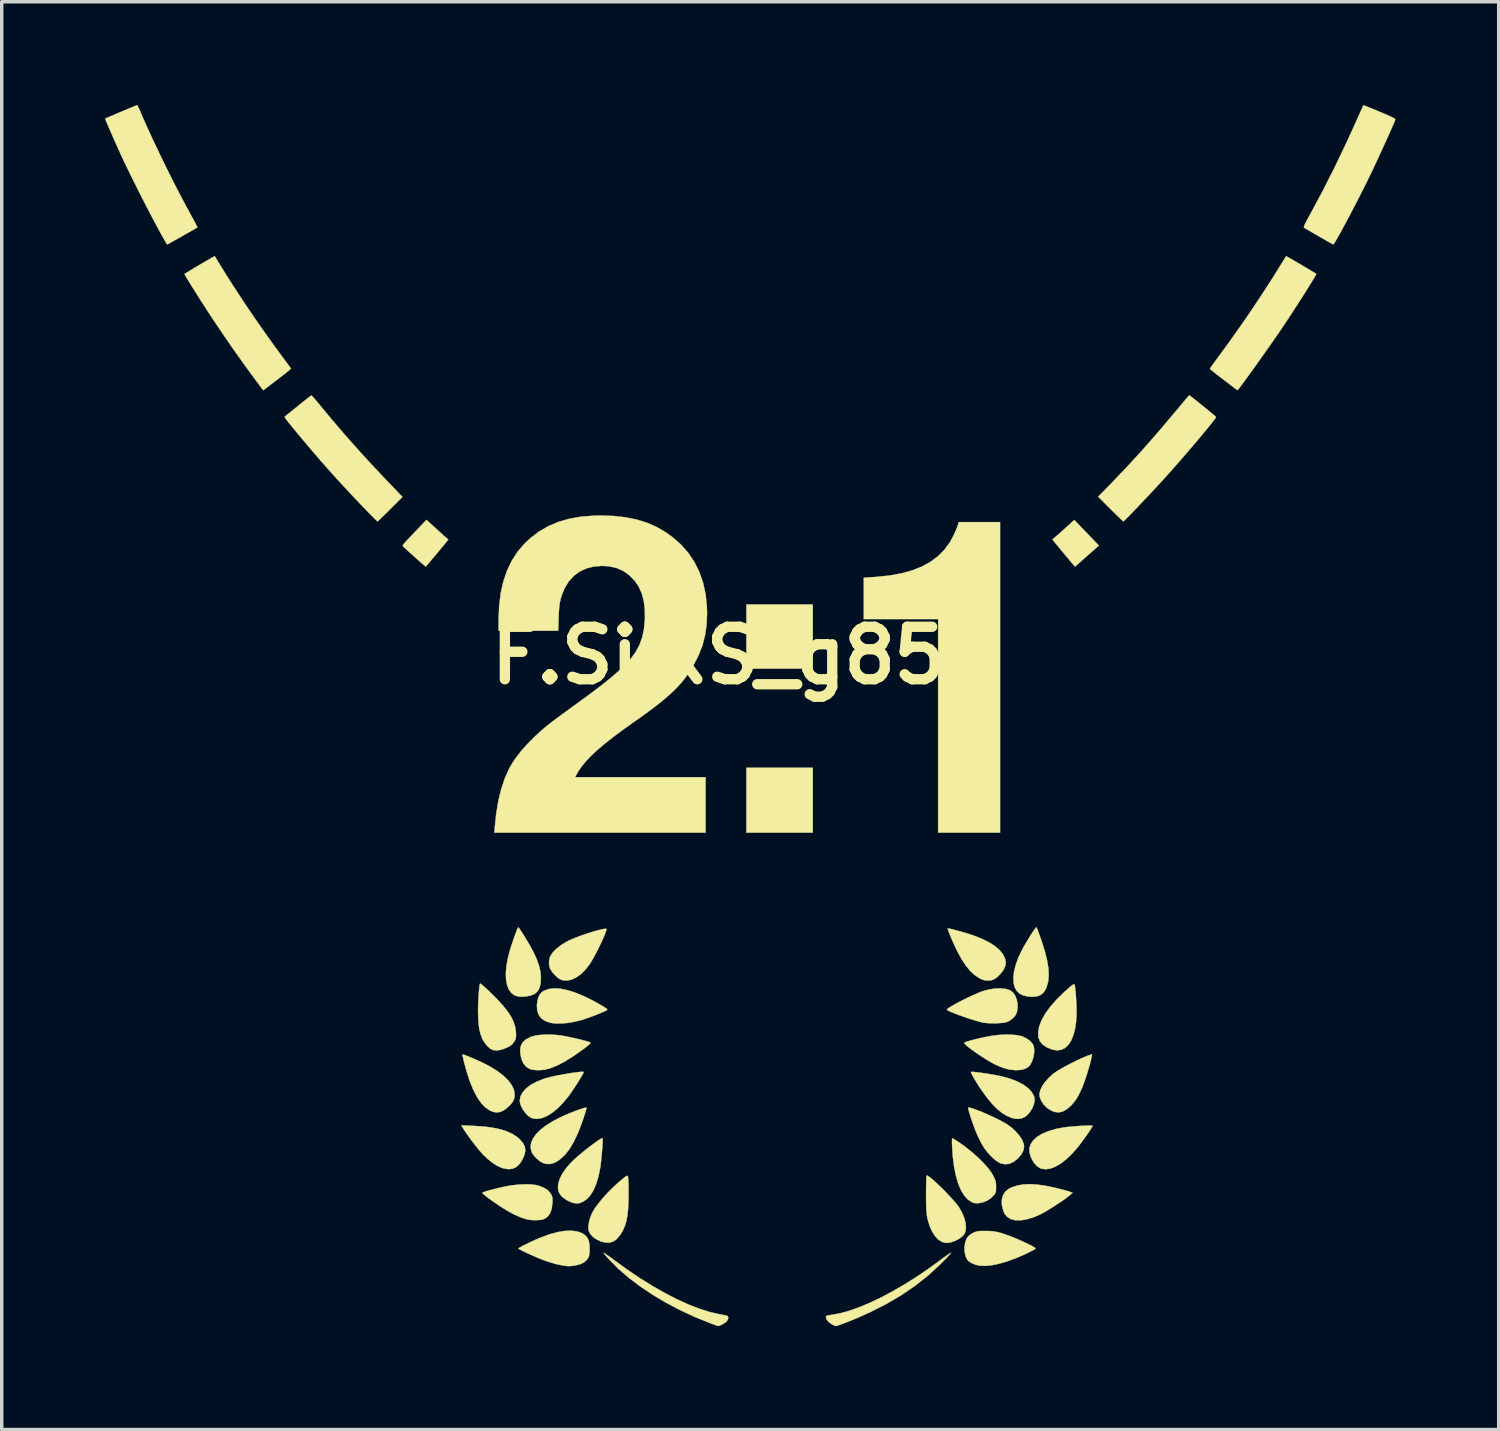
<source format=kicad_pcb>
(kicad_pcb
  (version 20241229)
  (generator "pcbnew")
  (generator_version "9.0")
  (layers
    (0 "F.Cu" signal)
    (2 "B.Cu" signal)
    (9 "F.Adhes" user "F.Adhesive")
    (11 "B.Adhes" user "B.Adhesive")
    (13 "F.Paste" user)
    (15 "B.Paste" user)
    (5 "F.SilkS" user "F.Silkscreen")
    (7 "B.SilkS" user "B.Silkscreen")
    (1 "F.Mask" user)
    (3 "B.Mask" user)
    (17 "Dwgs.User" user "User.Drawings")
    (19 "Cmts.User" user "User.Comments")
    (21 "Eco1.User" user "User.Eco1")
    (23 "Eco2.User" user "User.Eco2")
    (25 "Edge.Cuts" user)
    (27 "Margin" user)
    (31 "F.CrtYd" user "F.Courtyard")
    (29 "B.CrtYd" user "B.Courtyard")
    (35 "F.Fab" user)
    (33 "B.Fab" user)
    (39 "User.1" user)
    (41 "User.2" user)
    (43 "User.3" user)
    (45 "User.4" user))
  (footprint "F.SilkS_g852"
    (layer "F.Cu")
    (at 18.542 15.986)
    (property "Reference" "F.SilkS_g852" (at 0 0 0) (layer "F.SilkS") (effects (font (size 1.524 1.524) (thickness 0.3))))
    (attr through_hole)
    (fp_poly (pts (xy 2.011 0.381) (xy 0.085 0.381) (xy 0.085 -1.482) (xy 2.011 -1.482) (xy 2.011 0.381)) (stroke (width 0.01) (type solid)) (fill yes) (layer "F.SilkS"))
    (fp_poly (pts (xy 2.011 5.144) (xy 0.085 5.144) (xy 0.085 3.26) (xy 2.011 3.26) (xy 2.011 5.144)) (stroke (width 0.01) (type solid)) (fill yes) (layer "F.SilkS"))
    (fp_poly (pts (xy 7.451 5.144) (xy 5.652 5.144) (xy 5.652 -1.058) (xy 3.493 -1.058) (xy 3.493 -2.257) (xy 3.858 -2.283) (xy 4.239 -2.322) (xy 4.585 -2.385) (xy 4.898 -2.471) (xy 5.178 -2.582) (xy 5.426 -2.718) (xy 5.642 -2.878) (xy 5.829 -3.065) (xy 5.986 -3.278) (xy 6.073 -3.431) (xy 6.121 -3.53) (xy 6.166 -3.63) (xy 6.201 -3.716) (xy 6.214 -3.754) (xy 6.252 -3.873) (xy 7.451 -3.873) (xy 7.451 5.144)) (stroke (width 0.01) (type solid)) (fill yes) (layer "F.SilkS"))
    (fp_poly (pts (xy 9.783 -3.751) (xy 9.876 -3.654) (xy 9.983 -3.543) (xy 10.087 -3.435) (xy 10.14 -3.38) (xy 10.319 -3.193) (xy 10.23 -3.115) (xy 10.183 -3.074) (xy 10.113 -3.011) (xy 10.027 -2.935) (xy 9.933 -2.851) (xy 9.886 -2.81) (xy 9.8 -2.733) (xy 9.726 -2.668) (xy 9.668 -2.618) (xy 9.633 -2.589) (xy 9.625 -2.583) (xy 9.611 -2.599) (xy 9.573 -2.643) (xy 9.516 -2.711) (xy 9.444 -2.798) (xy 9.359 -2.899) (xy 9.295 -2.976) (xy 8.97 -3.368) (xy 9.062 -3.446) (xy 9.112 -3.49) (xy 9.185 -3.554) (xy 9.271 -3.631) (xy 9.361 -3.713) (xy 9.38 -3.73) (xy 9.605 -3.936) (xy 9.783 -3.751)) (stroke (width 0.01) (type solid)) (fill yes) (layer "F.SilkS"))
    (fp_poly (pts (xy -7.86 13.659) (xy -7.56 13.678) (xy -7.298 13.71) (xy -7.071 13.757) (xy -6.876 13.818) (xy -6.709 13.895) (xy -6.569 13.988) (xy -6.496 14.052) (xy -6.404 14.159) (xy -6.351 14.265) (xy -6.336 14.375) (xy -6.359 14.496) (xy -6.415 14.628) (xy -6.498 14.761) (xy -6.594 14.852) (xy -6.704 14.905) (xy -6.831 14.918) (xy -6.975 14.894) (xy -7.044 14.871) (xy -7.165 14.813) (xy -7.298 14.726) (xy -7.434 14.617) (xy -7.562 14.496) (xy -7.606 14.447) (xy -7.688 14.351) (xy -7.781 14.235) (xy -7.878 14.11) (xy -7.97 13.985) (xy -8.052 13.87) (xy -8.115 13.776) (xy -8.125 13.76) (xy -8.195 13.646) (xy -7.86 13.659)) (stroke (width 0.01) (type solid)) (fill yes) (layer "F.SilkS"))
    (fp_poly (pts (xy -8.14 11.588) (xy -8.085 11.607) (xy -8.006 11.637) (xy -7.909 11.677) (xy -7.802 11.723) (xy -7.69 11.772) (xy -7.583 11.822) (xy -7.347 11.945) (xy -7.142 12.073) (xy -6.97 12.206) (xy -6.832 12.341) (xy -6.731 12.477) (xy -6.669 12.611) (xy -6.646 12.742) (xy -6.646 12.747) (xy -6.655 12.845) (xy -6.684 12.929) (xy -6.74 13.011) (xy -6.823 13.098) (xy -6.94 13.194) (xy -7.05 13.251) (xy -7.157 13.271) (xy -7.267 13.255) (xy -7.361 13.217) (xy -7.494 13.128) (xy -7.619 12.998) (xy -7.737 12.826) (xy -7.848 12.612) (xy -7.951 12.357) (xy -8.047 12.061) (xy -8.106 11.843) (xy -8.13 11.746) (xy -8.148 11.666) (xy -8.16 11.609) (xy -8.163 11.585) (xy -8.163 11.585) (xy -8.14 11.588)) (stroke (width 0.01) (type solid)) (fill yes) (layer "F.SilkS"))
    (fp_poly (pts (xy 9.611 9.549) (xy 9.611 9.55) (xy 9.621 9.586) (xy 9.631 9.655) (xy 9.641 9.751) (xy 9.651 9.866) (xy 9.66 9.99) (xy 9.666 10.116) (xy 9.671 10.236) (xy 9.673 10.343) (xy 9.673 10.346) (xy 9.662 10.597) (xy 9.633 10.818) (xy 9.586 11.01) (xy 9.522 11.171) (xy 9.441 11.298) (xy 9.346 11.391) (xy 9.237 11.448) (xy 9.114 11.467) (xy 8.98 11.448) (xy 8.964 11.443) (xy 8.807 11.379) (xy 8.688 11.299) (xy 8.607 11.201) (xy 8.563 11.084) (xy 8.556 10.946) (xy 8.583 10.789) (xy 8.649 10.605) (xy 8.755 10.413) (xy 8.9 10.211) (xy 9.085 9.999) (xy 9.311 9.777) (xy 9.396 9.7) (xy 9.487 9.621) (xy 9.551 9.571) (xy 9.591 9.548) (xy 9.611 9.549)) (stroke (width 0.01) (type solid)) (fill yes) (layer "F.SilkS"))
    (fp_poly (pts (xy -8.969 -3.722) (xy -8.879 -3.639) (xy -8.793 -3.561) (xy -8.719 -3.494) (xy -8.665 -3.446) (xy -8.651 -3.435) (xy -8.572 -3.366) (xy -8.895 -2.976) (xy -8.986 -2.867) (xy -9.068 -2.77) (xy -9.136 -2.688) (xy -9.189 -2.628) (xy -9.221 -2.592) (xy -9.229 -2.585) (xy -9.247 -2.598) (xy -9.292 -2.635) (xy -9.358 -2.692) (xy -9.44 -2.765) (xy -9.535 -2.849) (xy -9.546 -2.859) (xy -9.643 -2.946) (xy -9.731 -3.025) (xy -9.804 -3.091) (xy -9.856 -3.139) (xy -9.883 -3.164) (xy -9.884 -3.165) (xy -9.894 -3.183) (xy -9.89 -3.206) (xy -9.865 -3.242) (xy -9.816 -3.297) (xy -9.778 -3.339) (xy -9.711 -3.409) (xy -9.625 -3.499) (xy -9.531 -3.599) (xy -9.439 -3.696) (xy -9.425 -3.711) (xy -9.208 -3.94) (xy -8.969 -3.722)) (stroke (width 0.01) (type solid)) (fill yes) (layer "F.SilkS"))
    (fp_poly (pts (xy -5.315 9.677) (xy -5.106 9.72) (xy -4.874 9.795) (xy -4.621 9.9) (xy -4.349 10.035) (xy -4.108 10.172) (xy -4.028 10.221) (xy -3.98 10.253) (xy -3.959 10.275) (xy -3.96 10.291) (xy -3.971 10.302) (xy -4.009 10.322) (xy -4.078 10.353) (xy -4.171 10.392) (xy -4.278 10.434) (xy -4.392 10.478) (xy -4.504 10.519) (xy -4.606 10.554) (xy -4.69 10.581) (xy -4.695 10.583) (xy -4.902 10.635) (xy -5.106 10.67) (xy -5.299 10.687) (xy -5.472 10.686) (xy -5.615 10.666) (xy -5.76 10.615) (xy -5.871 10.538) (xy -5.948 10.437) (xy -5.991 10.31) (xy -6 10.159) (xy -5.99 10.067) (xy -5.963 9.942) (xy -5.921 9.849) (xy -5.86 9.78) (xy -5.8 9.739) (xy -5.664 9.686) (xy -5.502 9.666) (xy -5.315 9.677)) (stroke (width 0.01) (type solid)) (fill yes) (layer "F.SilkS"))
    (fp_poly (pts (xy 8.534 15.366) (xy 8.772 15.4) (xy 8.876 15.42) (xy 8.997 15.447) (xy 9.126 15.477) (xy 9.251 15.508) (xy 9.364 15.538) (xy 9.452 15.565) (xy 9.493 15.579) (xy 9.557 15.603) (xy 9.472 15.676) (xy 9.387 15.744) (xy 9.274 15.825) (xy 9.143 15.914) (xy 9.004 16.005) (xy 8.865 16.091) (xy 8.737 16.167) (xy 8.629 16.225) (xy 8.604 16.237) (xy 8.408 16.32) (xy 8.222 16.375) (xy 8.052 16.403) (xy 7.901 16.402) (xy 7.775 16.372) (xy 7.758 16.364) (xy 7.655 16.3) (xy 7.583 16.212) (xy 7.546 16.13) (xy 7.505 15.967) (xy 7.499 15.819) (xy 7.53 15.689) (xy 7.595 15.579) (xy 7.694 15.493) (xy 7.77 15.453) (xy 7.936 15.395) (xy 8.115 15.362) (xy 8.312 15.352) (xy 8.534 15.366)) (stroke (width 0.01) (type solid)) (fill yes) (layer "F.SilkS"))
    (fp_poly (pts (xy 6.077 14.023) (xy 6.267 14.144) (xy 6.456 14.28) (xy 6.638 14.426) (xy 6.808 14.577) (xy 6.961 14.728) (xy 7.092 14.873) (xy 7.194 15.009) (xy 7.253 15.109) (xy 7.294 15.195) (xy 7.318 15.262) (xy 7.33 15.327) (xy 7.334 15.405) (xy 7.334 15.434) (xy 7.333 15.519) (xy 7.326 15.576) (xy 7.31 15.619) (xy 7.281 15.661) (xy 7.269 15.676) (xy 7.177 15.766) (xy 7.064 15.836) (xy 6.941 15.884) (xy 6.817 15.907) (xy 6.702 15.901) (xy 6.636 15.879) (xy 6.515 15.799) (xy 6.407 15.68) (xy 6.313 15.523) (xy 6.232 15.329) (xy 6.166 15.101) (xy 6.114 14.838) (xy 6.078 14.542) (xy 6.06 14.291) (xy 6.055 14.175) (xy 6.054 14.096) (xy 6.056 14.048) (xy 6.062 14.025) (xy 6.072 14.021) (xy 6.077 14.023)) (stroke (width 0.01) (type solid)) (fill yes) (layer "F.SilkS"))
    (fp_poly (pts (xy 8.54 7.97) (xy 8.56 8.022) (xy 8.59 8.103) (xy 8.625 8.203) (xy 8.663 8.312) (xy 8.669 8.33) (xy 8.756 8.608) (xy 8.817 8.856) (xy 8.853 9.076) (xy 8.864 9.272) (xy 8.851 9.446) (xy 8.839 9.509) (xy 8.792 9.66) (xy 8.725 9.775) (xy 8.637 9.854) (xy 8.523 9.899) (xy 8.384 9.913) (xy 8.276 9.905) (xy 8.142 9.878) (xy 8.037 9.832) (xy 7.953 9.761) (xy 7.944 9.752) (xy 7.881 9.648) (xy 7.845 9.517) (xy 7.837 9.363) (xy 7.856 9.188) (xy 7.902 8.998) (xy 7.973 8.796) (xy 8.071 8.585) (xy 8.083 8.562) (xy 8.139 8.459) (xy 8.205 8.344) (xy 8.276 8.227) (xy 8.344 8.116) (xy 8.406 8.021) (xy 8.454 7.952) (xy 8.464 7.939) (xy 8.505 7.887) (xy 8.54 7.97)) (stroke (width 0.01) (type solid)) (fill yes) (layer "F.SilkS"))
    (fp_poly (pts (xy 10.106 11.668) (xy 10.089 11.751) (xy 10.059 11.864) (xy 10.022 11.996) (xy 9.979 12.137) (xy 9.933 12.277) (xy 9.889 12.405) (xy 9.85 12.51) (xy 9.844 12.524) (xy 9.764 12.704) (xy 9.684 12.851) (xy 9.598 12.973) (xy 9.512 13.071) (xy 9.389 13.177) (xy 9.27 13.243) (xy 9.151 13.268) (xy 9.031 13.254) (xy 8.937 13.217) (xy 8.822 13.143) (xy 8.724 13.047) (xy 8.649 12.939) (xy 8.604 12.826) (xy 8.594 12.748) (xy 8.612 12.644) (xy 8.663 12.527) (xy 8.743 12.404) (xy 8.848 12.282) (xy 8.973 12.166) (xy 9.025 12.125) (xy 9.109 12.068) (xy 9.223 12) (xy 9.358 11.924) (xy 9.506 11.847) (xy 9.656 11.772) (xy 9.8 11.704) (xy 9.928 11.649) (xy 9.998 11.622) (xy 10.122 11.577) (xy 10.106 11.668)) (stroke (width 0.01) (type solid)) (fill yes) (layer "F.SilkS"))
    (fp_poly (pts (xy -4.559 13.129) (xy -4.561 13.153) (xy -4.575 13.209) (xy -4.6 13.291) (xy -4.633 13.39) (xy -4.67 13.501) (xy -4.711 13.615) (xy -4.752 13.726) (xy -4.791 13.826) (xy -4.821 13.897) (xy -4.928 14.121) (xy -5.038 14.309) (xy -5.155 14.465) (xy -5.217 14.532) (xy -5.354 14.653) (xy -5.488 14.732) (xy -5.618 14.768) (xy -5.746 14.763) (xy -5.836 14.733) (xy -5.916 14.684) (xy -6.001 14.614) (xy -6.078 14.533) (xy -6.135 14.455) (xy -6.15 14.425) (xy -6.182 14.298) (xy -6.172 14.169) (xy -6.121 14.039) (xy -6.031 13.908) (xy -5.902 13.777) (xy -5.735 13.648) (xy -5.53 13.521) (xy -5.289 13.397) (xy -5.157 13.338) (xy -5.041 13.289) (xy -4.924 13.243) (xy -4.813 13.201) (xy -4.713 13.167) (xy -4.633 13.142) (xy -4.579 13.129) (xy -4.559 13.129)) (stroke (width 0.01) (type solid)) (fill yes) (layer "F.SilkS"))
    (fp_poly (pts (xy -3.365 15.117) (xy -3.358 15.127) (xy -3.353 15.157) (xy -3.348 15.223) (xy -3.343 15.318) (xy -3.34 15.435) (xy -3.339 15.568) (xy -3.338 15.618) (xy -3.341 15.866) (xy -3.352 16.078) (xy -3.371 16.259) (xy -3.4 16.415) (xy -3.44 16.552) (xy -3.492 16.675) (xy -3.557 16.791) (xy -3.578 16.822) (xy -3.672 16.938) (xy -3.774 17.014) (xy -3.887 17.05) (xy -4.015 17.048) (xy -4.148 17.014) (xy -4.267 16.959) (xy -4.369 16.886) (xy -4.447 16.802) (xy -4.494 16.714) (xy -4.5 16.69) (xy -4.505 16.579) (xy -4.486 16.447) (xy -4.446 16.307) (xy -4.39 16.177) (xy -4.317 16.053) (xy -4.213 15.912) (xy -4.087 15.759) (xy -3.943 15.601) (xy -3.787 15.444) (xy -3.624 15.295) (xy -3.472 15.168) (xy -3.417 15.127) (xy -3.384 15.111) (xy -3.365 15.117)) (stroke (width 0.01) (type solid)) (fill yes) (layer "F.SilkS"))
    (fp_poly (pts (xy 10.091 13.653) (xy 10.132 13.657) (xy 10.139 13.661) (xy 10.127 13.687) (xy 10.094 13.74) (xy 10.046 13.813) (xy 9.985 13.901) (xy 9.918 13.996) (xy 9.848 14.093) (xy 9.781 14.183) (xy 9.721 14.262) (xy 9.707 14.279) (xy 9.543 14.467) (xy 9.38 14.624) (xy 9.22 14.75) (xy 9.065 14.841) (xy 8.917 14.898) (xy 8.78 14.92) (xy 8.654 14.904) (xy 8.604 14.884) (xy 8.511 14.82) (xy 8.426 14.717) (xy 8.35 14.579) (xy 8.306 14.443) (xy 8.302 14.314) (xy 8.339 14.193) (xy 8.413 14.081) (xy 8.525 13.98) (xy 8.673 13.89) (xy 8.855 13.813) (xy 9.071 13.75) (xy 9.248 13.714) (xy 9.337 13.701) (xy 9.445 13.688) (xy 9.565 13.677) (xy 9.69 13.667) (xy 9.811 13.659) (xy 9.924 13.654) (xy 10.019 13.652) (xy 10.091 13.653)) (stroke (width 0.01) (type solid)) (fill yes) (layer "F.SilkS"))
    (fp_poly (pts (xy 6.678 12.093) (xy 6.761 12.101) (xy 6.865 12.114) (xy 6.983 12.13) (xy 7.109 12.15) (xy 7.236 12.171) (xy 7.357 12.193) (xy 7.465 12.215) (xy 7.51 12.225) (xy 7.747 12.291) (xy 7.954 12.372) (xy 8.128 12.464) (xy 8.269 12.568) (xy 8.372 12.681) (xy 8.437 12.801) (xy 8.447 12.833) (xy 8.454 12.93) (xy 8.43 13.041) (xy 8.382 13.157) (xy 8.312 13.266) (xy 8.226 13.359) (xy 8.183 13.393) (xy 8.082 13.441) (xy 7.962 13.457) (xy 7.834 13.442) (xy 7.778 13.425) (xy 7.635 13.362) (xy 7.496 13.276) (xy 7.358 13.163) (xy 7.219 13.02) (xy 7.074 12.845) (xy 6.922 12.635) (xy 6.837 12.509) (xy 6.77 12.404) (xy 6.709 12.303) (xy 6.659 12.215) (xy 6.623 12.146) (xy 6.605 12.102) (xy 6.604 12.095) (xy 6.624 12.091) (xy 6.678 12.093)) (stroke (width 0.01) (type solid)) (fill yes) (layer "F.SilkS"))
    (fp_poly (pts (xy -5.553 11.011) (xy -5.378 11.025) (xy -5.283 11.038) (xy -5.186 11.055) (xy -5.071 11.078) (xy -4.947 11.105) (xy -4.82 11.134) (xy -4.7 11.163) (xy -4.594 11.191) (xy -4.512 11.214) (xy -4.46 11.232) (xy -4.452 11.236) (xy -4.444 11.248) (xy -4.455 11.269) (xy -4.489 11.302) (xy -4.548 11.352) (xy -4.637 11.42) (xy -4.676 11.449) (xy -4.925 11.625) (xy -5.158 11.772) (xy -5.373 11.888) (xy -5.568 11.971) (xy -5.734 12.02) (xy -5.845 12.037) (xy -5.964 12.042) (xy -6.076 12.037) (xy -6.168 12.021) (xy -6.202 12.01) (xy -6.309 11.945) (xy -6.389 11.852) (xy -6.445 11.729) (xy -6.475 11.596) (xy -6.486 11.451) (xy -6.464 11.33) (xy -6.41 11.231) (xy -6.319 11.15) (xy -6.189 11.082) (xy -6.146 11.065) (xy -6.034 11.036) (xy -5.891 11.017) (xy -5.727 11.009) (xy -5.553 11.011)) (stroke (width 0.01) (type solid)) (fill yes) (layer "F.SilkS"))
    (fp_poly (pts (xy -4.643 12.093) (xy -4.641 12.094) (xy -4.647 12.116) (xy -4.673 12.167) (xy -4.715 12.24) (xy -4.769 12.329) (xy -4.831 12.428) (xy -4.898 12.532) (xy -4.965 12.632) (xy -5.028 12.724) (xy -5.08 12.795) (xy -5.235 12.984) (xy -5.391 13.144) (xy -5.546 13.273) (xy -5.698 13.369) (xy -5.844 13.431) (xy -5.981 13.457) (xy -6.106 13.446) (xy -6.172 13.423) (xy -6.26 13.364) (xy -6.344 13.275) (xy -6.416 13.17) (xy -6.47 13.058) (xy -6.496 12.953) (xy -6.498 12.923) (xy -6.476 12.802) (xy -6.415 12.685) (xy -6.316 12.574) (xy -6.183 12.472) (xy -6.017 12.381) (xy -5.82 12.302) (xy -5.705 12.266) (xy -5.608 12.241) (xy -5.49 12.214) (xy -5.36 12.188) (xy -5.223 12.163) (xy -5.087 12.139) (xy -4.958 12.119) (xy -4.842 12.104) (xy -4.747 12.093) (xy -4.678 12.089) (xy -4.643 12.093)) (stroke (width 0.01) (type solid)) (fill yes) (layer "F.SilkS"))
    (fp_poly (pts (xy -6.523 7.913) (xy -6.488 7.961) (xy -6.439 8.033) (xy -6.382 8.124) (xy -6.319 8.226) (xy -6.255 8.334) (xy -6.194 8.44) (xy -6.139 8.54) (xy -6.105 8.605) (xy -6.009 8.811) (xy -5.942 8.996) (xy -5.901 9.168) (xy -5.885 9.334) (xy -5.884 9.37) (xy -5.894 9.528) (xy -5.925 9.652) (xy -5.978 9.748) (xy -6.056 9.819) (xy -6.099 9.844) (xy -6.188 9.876) (xy -6.302 9.899) (xy -6.421 9.91) (xy -6.529 9.906) (xy -6.532 9.905) (xy -6.649 9.87) (xy -6.744 9.8) (xy -6.817 9.698) (xy -6.868 9.566) (xy -6.896 9.406) (xy -6.902 9.221) (xy -6.884 9.013) (xy -6.842 8.784) (xy -6.777 8.537) (xy -6.771 8.52) (xy -6.735 8.406) (xy -6.696 8.289) (xy -6.656 8.176) (xy -6.618 8.073) (xy -6.586 7.988) (xy -6.56 7.927) (xy -6.544 7.897) (xy -6.542 7.895) (xy -6.523 7.913)) (stroke (width 0.01) (type solid)) (fill yes) (layer "F.SilkS"))
    (fp_poly (pts (xy -4.092 14.019) (xy -4.089 14.044) (xy -4.09 14.104) (xy -4.094 14.19) (xy -4.101 14.296) (xy -4.111 14.413) (xy -4.121 14.535) (xy -4.133 14.653) (xy -4.145 14.76) (xy -4.156 14.849) (xy -4.16 14.87) (xy -4.211 15.124) (xy -4.278 15.346) (xy -4.359 15.533) (xy -4.454 15.685) (xy -4.563 15.798) (xy -4.66 15.862) (xy -4.762 15.903) (xy -4.854 15.914) (xy -4.954 15.895) (xy -4.994 15.883) (xy -5.139 15.815) (xy -5.263 15.724) (xy -5.296 15.692) (xy -5.36 15.594) (xy -5.388 15.479) (xy -5.381 15.349) (xy -5.34 15.206) (xy -5.266 15.055) (xy -5.159 14.898) (xy -5.021 14.738) (xy -4.995 14.712) (xy -4.918 14.637) (xy -4.825 14.554) (xy -4.72 14.465) (xy -4.61 14.375) (xy -4.499 14.287) (xy -4.391 14.205) (xy -4.293 14.134) (xy -4.209 14.076) (xy -4.144 14.036) (xy -4.103 14.018) (xy -4.092 14.019)) (stroke (width 0.01) (type solid)) (fill yes) (layer "F.SilkS"))
    (fp_poly (pts (xy -3.979 7.946) (xy -3.989 7.994) (xy -4.017 8.072) (xy -4.058 8.174) (xy -4.111 8.292) (xy -4.172 8.421) (xy -4.237 8.554) (xy -4.304 8.683) (xy -4.369 8.802) (xy -4.429 8.904) (xy -4.473 8.971) (xy -4.597 9.13) (xy -4.728 9.258) (xy -4.863 9.353) (xy -4.998 9.415) (xy -5.129 9.441) (xy -5.254 9.43) (xy -5.337 9.398) (xy -5.409 9.347) (xy -5.487 9.271) (xy -5.56 9.185) (xy -5.613 9.102) (xy -5.618 9.093) (xy -5.646 8.99) (xy -5.647 8.872) (xy -5.621 8.759) (xy -5.608 8.729) (xy -5.539 8.625) (xy -5.436 8.518) (xy -5.305 8.415) (xy -5.153 8.32) (xy -5.077 8.281) (xy -4.975 8.235) (xy -4.856 8.187) (xy -4.726 8.138) (xy -4.591 8.091) (xy -4.456 8.047) (xy -4.328 8.008) (xy -4.211 7.976) (xy -4.112 7.952) (xy -4.037 7.939) (xy -3.991 7.937) (xy -3.979 7.946)) (stroke (width 0.01) (type solid)) (fill yes) (layer "F.SilkS"))
    (fp_poly (pts (xy 5.954 7.928) (xy 6.011 7.939) (xy 6.093 7.959) (xy 6.193 7.985) (xy 6.303 8.015) (xy 6.416 8.048) (xy 6.524 8.08) (xy 6.62 8.111) (xy 6.689 8.134) (xy 6.939 8.235) (xy 7.149 8.34) (xy 7.318 8.451) (xy 7.45 8.569) (xy 7.526 8.665) (xy 7.591 8.788) (xy 7.617 8.904) (xy 7.602 9.018) (xy 7.548 9.134) (xy 7.453 9.255) (xy 7.452 9.256) (xy 7.364 9.343) (xy 7.286 9.398) (xy 7.205 9.429) (xy 7.112 9.44) (xy 7.086 9.44) (xy 6.999 9.432) (xy 6.915 9.404) (xy 6.851 9.372) (xy 6.715 9.282) (xy 6.585 9.163) (xy 6.46 9.011) (xy 6.337 8.824) (xy 6.213 8.598) (xy 6.194 8.56) (xy 6.147 8.461) (xy 6.098 8.353) (xy 6.05 8.245) (xy 6.006 8.142) (xy 5.97 8.051) (xy 5.944 7.981) (xy 5.93 7.937) (xy 5.93 7.927) (xy 5.954 7.928)) (stroke (width 0.01) (type solid)) (fill yes) (layer "F.SilkS"))
    (fp_poly (pts (xy -7.63 9.536) (xy -7.585 9.57) (xy -7.519 9.628) (xy -7.436 9.704) (xy -7.34 9.796) (xy -7.237 9.898) (xy -7.158 9.979) (xy -6.988 10.164) (xy -6.853 10.333) (xy -6.749 10.491) (xy -6.676 10.642) (xy -6.63 10.79) (xy -6.609 10.939) (xy -6.609 10.945) (xy -6.606 11.038) (xy -6.612 11.103) (xy -6.628 11.158) (xy -6.644 11.193) (xy -6.712 11.285) (xy -6.813 11.36) (xy -6.951 11.42) (xy -6.982 11.431) (xy -7.087 11.459) (xy -7.17 11.469) (xy -7.247 11.461) (xy -7.294 11.449) (xy -7.359 11.415) (xy -7.431 11.351) (xy -7.502 11.268) (xy -7.562 11.176) (xy -7.589 11.124) (xy -7.634 11.004) (xy -7.668 10.872) (xy -7.691 10.721) (xy -7.704 10.544) (xy -7.709 10.334) (xy -7.709 10.319) (xy -7.707 10.194) (xy -7.703 10.062) (xy -7.696 9.931) (xy -7.688 9.806) (xy -7.679 9.696) (xy -7.669 9.608) (xy -7.659 9.549) (xy -7.651 9.528) (xy -7.63 9.536)) (stroke (width 0.01) (type solid)) (fill yes) (layer "F.SilkS"))
    (fp_poly (pts (xy -6.173 15.361) (xy -6.031 15.378) (xy -5.958 15.395) (xy -5.812 15.45) (xy -5.701 15.515) (xy -5.622 15.595) (xy -5.597 15.633) (xy -5.569 15.685) (xy -5.553 15.731) (xy -5.547 15.786) (xy -5.548 15.863) (xy -5.55 15.903) (xy -5.57 16.062) (xy -5.612 16.188) (xy -5.678 16.283) (xy -5.741 16.336) (xy -5.79 16.364) (xy -5.841 16.382) (xy -5.906 16.392) (xy -6 16.397) (xy -6.008 16.398) (xy -6.144 16.396) (xy -6.26 16.382) (xy -6.301 16.373) (xy -6.472 16.316) (xy -6.652 16.237) (xy -6.845 16.134) (xy -7.055 16.004) (xy -7.287 15.845) (xy -7.415 15.752) (xy -7.488 15.696) (xy -7.545 15.648) (xy -7.578 15.614) (xy -7.584 15.6) (xy -7.553 15.585) (xy -7.488 15.563) (xy -7.396 15.537) (xy -7.284 15.507) (xy -7.161 15.476) (xy -7.033 15.445) (xy -6.908 15.418) (xy -6.9 15.416) (xy -6.714 15.385) (xy -6.524 15.365) (xy -6.341 15.357) (xy -6.173 15.361)) (stroke (width 0.01) (type solid)) (fill yes) (layer "F.SilkS"))
    (fp_poly (pts (xy 7.027 16.712) (xy 7.151 16.715) (xy 7.259 16.724) (xy 7.363 16.741) (xy 7.473 16.77) (xy 7.601 16.811) (xy 7.747 16.864) (xy 7.843 16.902) (xy 7.955 16.949) (xy 8.073 17.001) (xy 8.189 17.055) (xy 8.295 17.106) (xy 8.381 17.15) (xy 8.441 17.184) (xy 8.455 17.194) (xy 8.479 17.215) (xy 8.475 17.231) (xy 8.441 17.254) (xy 8.423 17.263) (xy 8.162 17.394) (xy 7.906 17.505) (xy 7.659 17.595) (xy 7.427 17.662) (xy 7.213 17.707) (xy 7.022 17.726) (xy 6.858 17.72) (xy 6.843 17.717) (xy 6.729 17.689) (xy 6.623 17.645) (xy 6.539 17.591) (xy 6.5 17.549) (xy 6.45 17.448) (xy 6.423 17.325) (xy 6.418 17.19) (xy 6.435 17.059) (xy 6.475 16.943) (xy 6.487 16.922) (xy 6.537 16.855) (xy 6.605 16.802) (xy 6.662 16.771) (xy 6.719 16.745) (xy 6.769 16.728) (xy 6.823 16.718) (xy 6.893 16.713) (xy 6.991 16.712) (xy 7.027 16.712)) (stroke (width 0.01) (type solid)) (fill yes) (layer "F.SilkS"))
    (fp_poly (pts (xy 7.604 9.681) (xy 7.724 9.715) (xy 7.747 9.726) (xy 7.83 9.791) (xy 7.894 9.887) (xy 7.938 10.006) (xy 7.96 10.138) (xy 7.955 10.275) (xy 7.934 10.376) (xy 7.893 10.455) (xy 7.824 10.533) (xy 7.738 10.6) (xy 7.648 10.645) (xy 7.572 10.662) (xy 7.466 10.673) (xy 7.342 10.68) (xy 7.212 10.681) (xy 7.088 10.676) (xy 6.983 10.665) (xy 6.943 10.658) (xy 6.843 10.633) (xy 6.727 10.599) (xy 6.599 10.56) (xy 6.466 10.516) (xy 6.335 10.47) (xy 6.21 10.425) (xy 6.099 10.382) (xy 6.008 10.344) (xy 5.942 10.313) (xy 5.909 10.291) (xy 5.905 10.285) (xy 5.924 10.262) (xy 5.975 10.225) (xy 6.054 10.177) (xy 6.153 10.12) (xy 6.269 10.058) (xy 6.394 9.994) (xy 6.523 9.931) (xy 6.65 9.871) (xy 6.77 9.818) (xy 6.876 9.774) (xy 6.948 9.748) (xy 7.121 9.701) (xy 7.294 9.674) (xy 7.457 9.667) (xy 7.604 9.681)) (stroke (width 0.01) (type solid)) (fill yes) (layer "F.SilkS"))
    (fp_poly (pts (xy 7.773 11.011) (xy 7.938 11.026) (xy 8.074 11.055) (xy 8.115 11.069) (xy 8.233 11.128) (xy 8.331 11.203) (xy 8.401 11.287) (xy 8.426 11.339) (xy 8.443 11.442) (xy 8.438 11.561) (xy 8.413 11.685) (xy 8.372 11.802) (xy 8.318 11.898) (xy 8.273 11.948) (xy 8.177 12.003) (xy 8.053 12.035) (xy 7.906 12.043) (xy 7.744 12.027) (xy 7.628 12.002) (xy 7.536 11.973) (xy 7.428 11.931) (xy 7.323 11.885) (xy 7.3 11.874) (xy 7.202 11.821) (xy 7.092 11.757) (xy 6.974 11.684) (xy 6.855 11.606) (xy 6.74 11.527) (xy 6.634 11.451) (xy 6.542 11.381) (xy 6.47 11.322) (xy 6.423 11.277) (xy 6.407 11.25) (xy 6.407 11.249) (xy 6.428 11.235) (xy 6.485 11.214) (xy 6.569 11.189) (xy 6.675 11.16) (xy 6.795 11.13) (xy 6.923 11.101) (xy 7.051 11.074) (xy 7.174 11.051) (xy 7.197 11.047) (xy 7.394 11.021) (xy 7.589 11.009) (xy 7.773 11.011)) (stroke (width 0.01) (type solid)) (fill yes) (layer "F.SilkS"))
    (fp_poly (pts (xy -4.831 16.725) (xy -4.691 16.775) (xy -4.618 16.821) (xy -4.546 16.892) (xy -4.499 16.981) (xy -4.474 17.094) (xy -4.469 17.237) (xy -4.47 17.262) (xy -4.475 17.358) (xy -4.484 17.424) (xy -4.498 17.472) (xy -4.521 17.512) (xy -4.537 17.534) (xy -4.621 17.616) (xy -4.732 17.674) (xy -4.875 17.711) (xy -4.904 17.716) (xy -4.995 17.728) (xy -5.062 17.733) (xy -5.123 17.731) (xy -5.197 17.722) (xy -5.239 17.716) (xy -5.437 17.675) (xy -5.662 17.609) (xy -5.821 17.553) (xy -5.905 17.52) (xy -6.004 17.479) (xy -6.111 17.432) (xy -6.22 17.383) (xy -6.323 17.336) (xy -6.414 17.292) (xy -6.484 17.256) (xy -6.529 17.231) (xy -6.54 17.221) (xy -6.522 17.206) (xy -6.472 17.177) (xy -6.397 17.137) (xy -6.303 17.091) (xy -6.199 17.04) (xy -6.089 16.99) (xy -5.982 16.942) (xy -5.887 16.902) (xy -5.637 16.81) (xy -5.404 16.747) (xy -5.191 16.711) (xy -4.999 16.704) (xy -4.831 16.725)) (stroke (width 0.01) (type solid)) (fill yes) (layer "F.SilkS"))
    (fp_poly (pts (xy -4.041 17.355) (xy -3.994 17.386) (xy -3.925 17.435) (xy -3.838 17.497) (xy -3.756 17.559) (xy -3.385 17.829) (xy -3.014 18.079) (xy -2.648 18.307) (xy -2.289 18.512) (xy -1.94 18.692) (xy -1.605 18.845) (xy -1.287 18.969) (xy -0.988 19.064) (xy -0.73 19.124) (xy -0.64 19.141) (xy -0.56 19.155) (xy -0.505 19.166) (xy -0.492 19.168) (xy -0.453 19.193) (xy -0.442 19.237) (xy -0.458 19.292) (xy -0.501 19.348) (xy -0.511 19.356) (xy -0.564 19.394) (xy -0.628 19.431) (xy -0.689 19.459) (xy -0.733 19.472) (xy -0.738 19.472) (xy -0.762 19.465) (xy -0.817 19.445) (xy -0.896 19.416) (xy -0.99 19.381) (xy -0.995 19.379) (xy -1.428 19.203) (xy -1.849 19.007) (xy -2.255 18.793) (xy -2.641 18.563) (xy -3.002 18.321) (xy -3.334 18.07) (xy -3.633 17.812) (xy -3.893 17.55) (xy -3.904 17.539) (xy -3.968 17.467) (xy -4.019 17.406) (xy -4.052 17.364) (xy -4.061 17.346) (xy -4.041 17.355)) (stroke (width 0.01) (type solid)) (fill yes) (layer "F.SilkS"))
    (fp_poly (pts (xy 6.616 13.143) (xy 6.703 13.172) (xy 6.811 13.212) (xy 6.933 13.261) (xy 7.064 13.317) (xy 7.197 13.377) (xy 7.328 13.439) (xy 7.45 13.5) (xy 7.557 13.557) (xy 7.644 13.608) (xy 7.654 13.615) (xy 7.793 13.717) (xy 7.915 13.832) (xy 8.017 13.951) (xy 8.092 14.071) (xy 8.138 14.184) (xy 8.149 14.263) (xy 8.13 14.368) (xy 8.074 14.479) (xy 7.985 14.588) (xy 7.957 14.615) (xy 7.835 14.709) (xy 7.714 14.762) (xy 7.592 14.774) (xy 7.466 14.746) (xy 7.433 14.732) (xy 7.349 14.681) (xy 7.253 14.602) (xy 7.154 14.505) (xy 7.06 14.397) (xy 6.98 14.287) (xy 6.971 14.273) (xy 6.919 14.183) (xy 6.861 14.072) (xy 6.806 13.959) (xy 6.785 13.912) (xy 6.746 13.819) (xy 6.704 13.71) (xy 6.662 13.594) (xy 6.621 13.477) (xy 6.585 13.367) (xy 6.555 13.27) (xy 6.535 13.193) (xy 6.525 13.144) (xy 6.526 13.13) (xy 6.555 13.128) (xy 6.616 13.143)) (stroke (width 0.01) (type solid)) (fill yes) (layer "F.SilkS"))
    (fp_poly (pts (xy 5.342 15.105) (xy 5.391 15.136) (xy 5.46 15.19) (xy 5.544 15.263) (xy 5.639 15.351) (xy 5.741 15.45) (xy 5.846 15.555) (xy 5.949 15.662) (xy 6.046 15.767) (xy 6.134 15.866) (xy 6.206 15.955) (xy 6.261 16.029) (xy 6.264 16.034) (xy 6.35 16.186) (xy 6.412 16.339) (xy 6.449 16.486) (xy 6.46 16.621) (xy 6.442 16.737) (xy 6.413 16.801) (xy 6.351 16.873) (xy 6.258 16.94) (xy 6.148 16.998) (xy 6.032 17.039) (xy 5.922 17.059) (xy 5.896 17.06) (xy 5.835 17.051) (xy 5.764 17.028) (xy 5.747 17.021) (xy 5.648 16.955) (xy 5.555 16.852) (xy 5.472 16.718) (xy 5.402 16.558) (xy 5.349 16.378) (xy 5.34 16.341) (xy 5.327 16.272) (xy 5.318 16.198) (xy 5.311 16.111) (xy 5.306 16.006) (xy 5.303 15.874) (xy 5.302 15.71) (xy 5.302 15.639) (xy 5.303 15.494) (xy 5.304 15.364) (xy 5.307 15.253) (xy 5.31 15.169) (xy 5.314 15.116) (xy 5.317 15.102) (xy 5.342 15.105)) (stroke (width 0.01) (type solid)) (fill yes) (layer "F.SilkS"))
    (fp_poly (pts (xy 6.017 17.362) (xy 5.98 17.405) (xy 5.921 17.469) (xy 5.844 17.549) (xy 5.754 17.64) (xy 5.713 17.681) (xy 5.365 18.002) (xy 4.988 18.3) (xy 4.582 18.577) (xy 4.142 18.835) (xy 3.667 19.075) (xy 3.397 19.198) (xy 3.279 19.248) (xy 3.155 19.299) (xy 3.032 19.348) (xy 2.917 19.393) (xy 2.817 19.43) (xy 2.74 19.457) (xy 2.691 19.471) (xy 2.68 19.473) (xy 2.65 19.463) (xy 2.597 19.437) (xy 2.55 19.412) (xy 2.462 19.347) (xy 2.408 19.275) (xy 2.392 19.209) (xy 2.399 19.188) (xy 2.424 19.173) (xy 2.475 19.16) (xy 2.56 19.147) (xy 2.572 19.146) (xy 2.813 19.101) (xy 3.079 19.027) (xy 3.366 18.924) (xy 3.672 18.796) (xy 3.993 18.643) (xy 4.325 18.467) (xy 4.665 18.271) (xy 5.01 18.055) (xy 5.355 17.821) (xy 5.699 17.572) (xy 5.711 17.563) (xy 5.809 17.49) (xy 5.895 17.428) (xy 5.964 17.381) (xy 6.01 17.352) (xy 6.028 17.345) (xy 6.017 17.362)) (stroke (width 0.01) (type solid)) (fill yes) (layer "F.SilkS"))
    (fp_poly (pts (xy -15.344 -11.576) (xy -15.314 -11.527) (xy -15.272 -11.458) (xy -15.23 -11.39) (xy -15.007 -11.029) (xy -14.761 -10.644) (xy -14.497 -10.243) (xy -14.22 -9.834) (xy -13.935 -9.424) (xy -13.648 -9.021) (xy -13.414 -8.702) (xy -13.141 -8.334) (xy -13.19 -8.287) (xy -13.222 -8.26) (xy -13.281 -8.213) (xy -13.363 -8.149) (xy -13.46 -8.074) (xy -13.568 -7.991) (xy -13.594 -7.972) (xy -13.948 -7.703) (xy -14.222 -8.071) (xy -14.514 -8.471) (xy -14.818 -8.9) (xy -15.125 -9.345) (xy -15.367 -9.705) (xy -15.459 -9.844) (xy -15.556 -9.992) (xy -15.655 -10.146) (xy -15.755 -10.3) (xy -15.851 -10.452) (xy -15.942 -10.596) (xy -16.026 -10.729) (xy -16.098 -10.847) (xy -16.158 -10.945) (xy -16.202 -11.019) (xy -16.227 -11.065) (xy -16.232 -11.08) (xy -16.209 -11.095) (xy -16.156 -11.128) (xy -16.081 -11.174) (xy -15.988 -11.23) (xy -15.884 -11.292) (xy -15.775 -11.357) (xy -15.667 -11.42) (xy -15.566 -11.479) (xy -15.479 -11.529) (xy -15.411 -11.568) (xy -15.369 -11.591) (xy -15.357 -11.596) (xy -15.344 -11.576)) (stroke (width 0.01) (type solid)) (fill yes) (layer "F.SilkS"))
    (fp_poly (pts (xy -12.534 -7.539) (xy -12.495 -7.498) (xy -12.44 -7.436) (xy -12.375 -7.359) (xy -12.359 -7.34) (xy -11.964 -6.862) (xy -11.567 -6.398) (xy -11.16 -5.94) (xy -10.735 -5.476) (xy -10.284 -4.999) (xy -10.281 -4.997) (xy -9.905 -4.605) (xy -10.26 -4.25) (xy -10.36 -4.15) (xy -10.451 -4.061) (xy -10.527 -3.987) (xy -10.585 -3.932) (xy -10.62 -3.901) (xy -10.629 -3.895) (xy -10.647 -3.909) (xy -10.69 -3.951) (xy -10.754 -4.015) (xy -10.837 -4.098) (xy -10.933 -4.197) (xy -11.039 -4.307) (xy -11.055 -4.323) (xy -11.381 -4.666) (xy -11.684 -4.992) (xy -11.972 -5.309) (xy -12.254 -5.628) (xy -12.539 -5.959) (xy -12.762 -6.223) (xy -12.906 -6.395) (xy -13.024 -6.538) (xy -13.12 -6.654) (xy -13.194 -6.746) (xy -13.249 -6.816) (xy -13.288 -6.868) (xy -13.311 -6.903) (xy -13.322 -6.926) (xy -13.322 -6.937) (xy -13.32 -6.94) (xy -13.298 -6.956) (xy -13.249 -6.996) (xy -13.176 -7.054) (xy -13.086 -7.127) (xy -12.983 -7.21) (xy -12.935 -7.25) (xy -12.828 -7.336) (xy -12.732 -7.413) (xy -12.652 -7.476) (xy -12.593 -7.523) (xy -12.559 -7.548) (xy -12.553 -7.552) (xy -12.534 -7.539)) (stroke (width 0.01) (type solid)) (fill yes) (layer "F.SilkS"))
    (fp_poly (pts (xy 12.965 -7.544) (xy 13.011 -7.509) (xy 13.079 -7.456) (xy 13.162 -7.389) (xy 13.255 -7.314) (xy 13.353 -7.235) (xy 13.45 -7.156) (xy 13.54 -7.082) (xy 13.618 -7.018) (xy 13.678 -6.967) (xy 13.714 -6.935) (xy 13.723 -6.927) (xy 13.713 -6.905) (xy 13.677 -6.855) (xy 13.619 -6.779) (xy 13.541 -6.681) (xy 13.446 -6.564) (xy 13.336 -6.431) (xy 13.214 -6.286) (xy 13.082 -6.13) (xy 12.944 -5.968) (xy 12.802 -5.803) (xy 12.659 -5.638) (xy 12.517 -5.476) (xy 12.379 -5.32) (xy 12.247 -5.173) (xy 12.228 -5.152) (xy 12.131 -5.045) (xy 12.022 -4.927) (xy 11.904 -4.8) (xy 11.782 -4.669) (xy 11.658 -4.538) (xy 11.536 -4.409) (xy 11.42 -4.287) (xy 11.312 -4.175) (xy 11.217 -4.077) (xy 11.138 -3.996) (xy 11.079 -3.937) (xy 11.042 -3.902) (xy 11.032 -3.895) (xy 11.013 -3.909) (xy 10.969 -3.949) (xy 10.904 -4.012) (xy 10.822 -4.091) (xy 10.727 -4.185) (xy 10.658 -4.254) (xy 10.3 -4.612) (xy 10.669 -4.989) (xy 11.132 -5.473) (xy 11.605 -5.99) (xy 12.09 -6.544) (xy 12.588 -7.135) (xy 12.591 -7.138) (xy 12.684 -7.252) (xy 12.769 -7.353) (xy 12.842 -7.439) (xy 12.898 -7.504) (xy 12.934 -7.544) (xy 12.947 -7.556) (xy 12.965 -7.544)) (stroke (width 0.01) (type solid)) (fill yes) (layer "F.SilkS"))
    (fp_poly (pts (xy 15.777 -11.587) (xy 15.826 -11.56) (xy 15.899 -11.518) (xy 15.989 -11.466) (xy 16.092 -11.406) (xy 16.201 -11.342) (xy 16.309 -11.278) (xy 16.411 -11.218) (xy 16.5 -11.164) (xy 16.571 -11.121) (xy 16.617 -11.092) (xy 16.632 -11.082) (xy 16.625 -11.061) (xy 16.596 -11.009) (xy 16.549 -10.93) (xy 16.487 -10.827) (xy 16.41 -10.704) (xy 16.323 -10.565) (xy 16.228 -10.414) (xy 16.126 -10.255) (xy 16.021 -10.092) (xy 15.915 -9.929) (xy 15.81 -9.77) (xy 15.709 -9.618) (xy 15.626 -9.493) (xy 15.535 -9.359) (xy 15.433 -9.212) (xy 15.324 -9.055) (xy 15.209 -8.892) (xy 15.092 -8.726) (xy 14.975 -8.561) (xy 14.86 -8.4) (xy 14.751 -8.248) (xy 14.649 -8.108) (xy 14.558 -7.983) (xy 14.48 -7.876) (xy 14.417 -7.793) (xy 14.372 -7.735) (xy 14.347 -7.708) (xy 14.344 -7.706) (xy 14.327 -7.718) (xy 14.281 -7.753) (xy 14.21 -7.806) (xy 14.12 -7.874) (xy 14.016 -7.954) (xy 13.945 -8.007) (xy 13.833 -8.093) (xy 13.733 -8.171) (xy 13.65 -8.237) (xy 13.589 -8.287) (xy 13.554 -8.318) (xy 13.548 -8.326) (xy 13.559 -8.348) (xy 13.592 -8.398) (xy 13.643 -8.47) (xy 13.706 -8.557) (xy 13.754 -8.622) (xy 14.082 -9.07) (xy 14.414 -9.538) (xy 14.743 -10.015) (xy 15.06 -10.491) (xy 15.36 -10.956) (xy 15.563 -11.282) (xy 15.626 -11.383) (xy 15.68 -11.471) (xy 15.723 -11.54) (xy 15.75 -11.583) (xy 15.759 -11.596) (xy 15.777 -11.587)) (stroke (width 0.01) (type solid)) (fill yes) (layer "F.SilkS"))
    (fp_poly (pts (xy -17.596 -15.963) (xy -17.571 -15.914) (xy -17.539 -15.845) (xy -17.527 -15.817) (xy -17.422 -15.571) (xy -17.299 -15.296) (xy -17.161 -14.998) (xy -17.013 -14.684) (xy -16.858 -14.362) (xy -16.699 -14.039) (xy -16.539 -13.722) (xy -16.382 -13.417) (xy -16.232 -13.132) (xy -16.108 -12.903) (xy -16.039 -12.776) (xy -15.977 -12.662) (xy -15.925 -12.566) (xy -15.887 -12.492) (xy -15.865 -12.446) (xy -15.86 -12.433) (xy -15.88 -12.42) (xy -15.93 -12.391) (xy -16.005 -12.348) (xy -16.098 -12.295) (xy -16.202 -12.236) (xy -16.311 -12.174) (xy -16.42 -12.112) (xy -16.522 -12.055) (xy -16.61 -12.005) (xy -16.679 -11.967) (xy -16.722 -11.944) (xy -16.734 -11.938) (xy -16.748 -11.955) (xy -16.775 -11.997) (xy -16.794 -12.028) (xy -16.878 -12.175) (xy -16.976 -12.355) (xy -17.087 -12.561) (xy -17.207 -12.788) (xy -17.332 -13.028) (xy -17.46 -13.277) (xy -17.587 -13.529) (xy -17.711 -13.776) (xy -17.828 -14.014) (xy -17.936 -14.235) (xy -18.031 -14.435) (xy -18.075 -14.531) (xy -18.139 -14.672) (xy -18.205 -14.819) (xy -18.271 -14.967) (xy -18.334 -15.11) (xy -18.393 -15.244) (xy -18.444 -15.363) (xy -18.486 -15.462) (xy -18.517 -15.536) (xy -18.534 -15.58) (xy -18.537 -15.591) (xy -18.515 -15.601) (xy -18.462 -15.625) (xy -18.382 -15.659) (xy -18.284 -15.701) (xy -18.173 -15.749) (xy -18.056 -15.798) (xy -17.941 -15.846) (xy -17.833 -15.891) (xy -17.74 -15.93) (xy -17.667 -15.959) (xy -17.622 -15.977) (xy -17.611 -15.981) (xy -17.596 -15.963)) (stroke (width 0.01) (type solid)) (fill yes) (layer "F.SilkS"))
    (fp_poly (pts (xy 18.024 -15.972) (xy 18.078 -15.952) (xy 18.16 -15.919) (xy 18.265 -15.877) (xy 18.387 -15.826) (xy 18.475 -15.789) (xy 18.622 -15.727) (xy 18.733 -15.679) (xy 18.814 -15.642) (xy 18.87 -15.615) (xy 18.904 -15.594) (xy 18.921 -15.577) (xy 18.926 -15.562) (xy 18.923 -15.546) (xy 18.921 -15.542) (xy 18.897 -15.483) (xy 18.858 -15.391) (xy 18.805 -15.272) (xy 18.743 -15.132) (xy 18.673 -14.976) (xy 18.597 -14.81) (xy 18.519 -14.64) (xy 18.442 -14.471) (xy 18.366 -14.308) (xy 18.296 -14.159) (xy 18.247 -14.054) (xy 18.168 -13.892) (xy 18.082 -13.717) (xy 17.99 -13.533) (xy 17.894 -13.343) (xy 17.795 -13.151) (xy 17.696 -12.961) (xy 17.6 -12.776) (xy 17.506 -12.6) (xy 17.419 -12.438) (xy 17.339 -12.292) (xy 17.27 -12.166) (xy 17.211 -12.064) (xy 17.167 -11.99) (xy 17.137 -11.948) (xy 17.127 -11.939) (xy 17.106 -11.95) (xy 17.053 -11.978) (xy 16.974 -12.022) (xy 16.876 -12.078) (xy 16.763 -12.143) (xy 16.711 -12.173) (xy 16.592 -12.242) (xy 16.484 -12.304) (xy 16.393 -12.357) (xy 16.326 -12.396) (xy 16.286 -12.419) (xy 16.28 -12.423) (xy 16.273 -12.437) (xy 16.281 -12.47) (xy 16.304 -12.524) (xy 16.344 -12.604) (xy 16.404 -12.716) (xy 16.421 -12.747) (xy 16.804 -13.459) (xy 17.18 -14.202) (xy 17.543 -14.963) (xy 17.78 -15.485) (xy 17.839 -15.618) (xy 17.892 -15.737) (xy 17.938 -15.838) (xy 17.973 -15.916) (xy 17.996 -15.964) (xy 18.003 -15.978) (xy 18.024 -15.972)) (stroke (width 0.01) (type solid)) (fill yes) (layer "F.SilkS"))
    (fp_poly (pts (xy -3.773 -4.052) (xy -3.425 -4.013) (xy -3.103 -3.948) (xy -2.805 -3.855) (xy -2.525 -3.733) (xy -2.262 -3.58) (xy -2.061 -3.437) (xy -1.816 -3.221) (xy -1.604 -2.98) (xy -1.426 -2.714) (xy -1.283 -2.424) (xy -1.174 -2.112) (xy -1.101 -1.779) (xy -1.064 -1.424) (xy -1.058 -1.225) (xy -1.073 -0.891) (xy -1.118 -0.581) (xy -1.196 -0.285) (xy -1.309 0.004) (xy -1.459 0.295) (xy -1.488 0.345) (xy -1.584 0.498) (xy -1.687 0.643) (xy -1.8 0.784) (xy -1.926 0.924) (xy -2.069 1.065) (xy -2.231 1.211) (xy -2.417 1.365) (xy -2.629 1.53) (xy -2.871 1.709) (xy -3.146 1.905) (xy -3.207 1.947) (xy -3.517 2.168) (xy -3.791 2.372) (xy -4.031 2.562) (xy -4.239 2.738) (xy -4.417 2.904) (xy -4.567 3.061) (xy -4.691 3.21) (xy -4.791 3.353) (xy -4.855 3.466) (xy -4.891 3.535) (xy -1.101 3.535) (xy -1.101 5.144) (xy -7.235 5.144) (xy -7.225 5.011) (xy -7.182 4.597) (xy -7.119 4.219) (xy -7.035 3.875) (xy -6.931 3.564) (xy -6.805 3.285) (xy -6.751 3.186) (xy -6.628 2.996) (xy -6.473 2.793) (xy -6.289 2.584) (xy -6.082 2.374) (xy -5.858 2.168) (xy -5.685 2.023) (xy -5.615 1.969) (xy -5.517 1.894) (xy -5.399 1.806) (xy -5.266 1.707) (xy -5.126 1.605) (xy -4.985 1.503) (xy -4.983 1.501) (xy -4.719 1.31) (xy -4.486 1.139) (xy -4.282 0.985) (xy -4.101 0.847) (xy -3.942 0.72) (xy -3.799 0.601) (xy -3.669 0.489) (xy -3.549 0.379) (xy -3.485 0.318) (xy -3.293 0.116) (xy -3.141 -0.087) (xy -3.025 -0.298) (xy -2.942 -0.524) (xy -2.89 -0.77) (xy -2.864 -1.044) (xy -2.863 -1.069) (xy -2.866 -1.341) (xy -2.896 -1.583) (xy -2.953 -1.799) (xy -3.039 -1.991) (xy -3.155 -2.164) (xy -3.167 -2.178) (xy -3.322 -2.336) (xy -3.495 -2.457) (xy -3.688 -2.542) (xy -3.903 -2.59) (xy -4.106 -2.603) (xy -4.344 -2.584) (xy -4.561 -2.53) (xy -4.755 -2.44) (xy -4.925 -2.316) (xy -5.07 -2.158) (xy -5.189 -1.968) (xy -5.28 -1.747) (xy -5.314 -1.63) (xy -5.334 -1.536) (xy -5.349 -1.431) (xy -5.36 -1.307) (xy -5.368 -1.153) (xy -5.37 -1.085) (xy -5.382 -0.72) (xy -7.112 -0.72) (xy -7.112 -1.042) (xy -7.096 -1.441) (xy -7.051 -1.811) (xy -6.974 -2.153) (xy -6.866 -2.468) (xy -6.727 -2.756) (xy -6.556 -3.018) (xy -6.353 -3.256) (xy -6.175 -3.421) (xy -5.929 -3.606) (xy -5.662 -3.759) (xy -5.375 -3.88) (xy -5.064 -3.97) (xy -4.727 -4.03) (xy -4.362 -4.06) (xy -4.152 -4.064) (xy -3.773 -4.052)) (stroke (width 0.01) (type solid)) (fill yes) (layer "F.SilkS")))
  (gr_rect
    (start -3 -3)
    (end 40.473 38.464)
    (stroke (width 0.1) (type default))
    (fill no)
    (layer "Edge.Cuts")))
</source>
